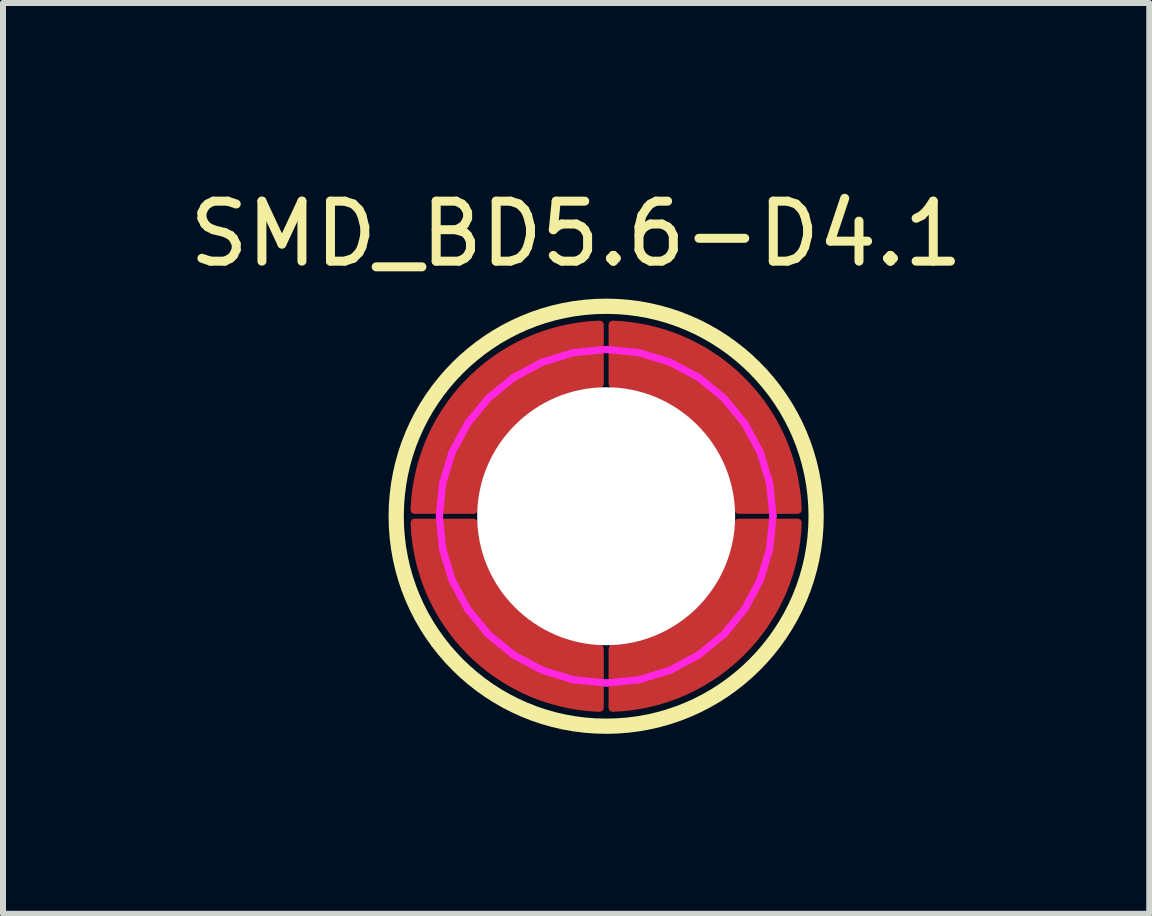
<source format=kicad_pcb>
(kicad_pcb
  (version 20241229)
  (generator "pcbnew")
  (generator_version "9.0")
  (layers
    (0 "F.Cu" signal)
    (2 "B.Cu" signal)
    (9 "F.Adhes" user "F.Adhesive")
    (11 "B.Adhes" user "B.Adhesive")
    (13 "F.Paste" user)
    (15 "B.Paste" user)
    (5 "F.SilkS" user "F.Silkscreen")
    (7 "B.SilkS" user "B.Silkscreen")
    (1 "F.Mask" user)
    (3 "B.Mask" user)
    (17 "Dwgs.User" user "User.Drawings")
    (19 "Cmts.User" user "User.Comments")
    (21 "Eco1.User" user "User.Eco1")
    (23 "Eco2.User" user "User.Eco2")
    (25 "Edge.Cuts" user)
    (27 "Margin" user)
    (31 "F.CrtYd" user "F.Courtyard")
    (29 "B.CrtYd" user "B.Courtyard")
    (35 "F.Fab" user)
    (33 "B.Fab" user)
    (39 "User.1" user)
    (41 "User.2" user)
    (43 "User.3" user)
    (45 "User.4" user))
  (footprint "SMD_BD5.6-D4.1"
    (layer "F.Cu")
    (at 7.054 5.555)
    (property "Reference" "SMD_BD5.6-D4.1" (at -0.5 -4.707 0) (layer "F.SilkS") (effects (font (size 1 1) (thickness 0.15))))
    (attr through_hole)
    (fp_circle (center 0 0) (end 3.5 0) (stroke (width 0.254) (type solid)) (fill no) (layer "F.SilkS"))
    (fp_circle (center 0 0) (end 1.025 0) (stroke (width 2.05) (type solid)) (fill no) (layer "Dwgs.User"))
    (fp_circle (center 3.19 -3.19) (end 3.22 -3.19) (stroke (width 0.06) (type solid)) (fill no) (layer "Eco2.User"))
    (fp_poly (pts (xy -3.19 -0.15) (xy -3.18 -0.3) (xy -3.15 -0.53) (xy -3.12 -0.68) (xy -3.03 -1) (xy -2.87 -1.41) (xy -2.65 -1.8) (xy -2.37 -2.14) (xy -2.01 -2.5) (xy -1.59 -2.77) (xy -1.37 -2.88) (xy -1.09 -3) (xy -0.54 -3.15) (xy -0.15 -3.19) (xy -0.15 -2.39) (xy -0.48 -2.34) (xy -0.96 -2.21) (xy -1.18 -2.07) (xy -1.52 -1.85) (xy -1.86 -1.53) (xy -2.12 -1.11) (xy -2.24 -0.85) (xy -2.36 -0.45) (xy -2.39 -0.15)) (stroke (width 0.12) (type solid)) (fill no) (layer "Eco2.User"))
    (fp_poly (pts (xy -0.15 3.19) (xy -0.3 3.18) (xy -0.53 3.15) (xy -0.68 3.12) (xy -1 3.03) (xy -1.41 2.87) (xy -1.8 2.65) (xy -2.14 2.37) (xy -2.5 2.01) (xy -2.77 1.59) (xy -2.88 1.37) (xy -3 1.09) (xy -3.15 0.54) (xy -3.19 0.15) (xy -2.39 0.15) (xy -2.34 0.48) (xy -2.21 0.96) (xy -2.07 1.18) (xy -1.85 1.52) (xy -1.53 1.86) (xy -1.11 2.12) (xy -0.85 2.24) (xy -0.45 2.36) (xy -0.15 2.39)) (stroke (width 0.12) (type solid)) (fill no) (layer "Eco2.User"))
    (fp_poly (pts (xy 0.15 -3.19) (xy 0.3 -3.18) (xy 0.53 -3.15) (xy 0.68 -3.12) (xy 1 -3.03) (xy 1.41 -2.87) (xy 1.8 -2.65) (xy 2.14 -2.37) (xy 2.5 -2.01) (xy 2.77 -1.59) (xy 2.88 -1.37) (xy 3 -1.09) (xy 3.15 -0.54) (xy 3.19 -0.15) (xy 2.39 -0.15) (xy 2.34 -0.48) (xy 2.21 -0.96) (xy 2.07 -1.18) (xy 1.85 -1.52) (xy 1.53 -1.86) (xy 1.11 -2.12) (xy 0.85 -2.24) (xy 0.45 -2.36) (xy 0.15 -2.39)) (stroke (width 0.12) (type solid)) (fill no) (layer "Eco2.User"))
    (fp_poly (pts (xy 3.19 0.15) (xy 3.18 0.3) (xy 3.15 0.53) (xy 3.12 0.68) (xy 3.03 1) (xy 2.87 1.41) (xy 2.65 1.8) (xy 2.37 2.14) (xy 2.01 2.5) (xy 1.59 2.77) (xy 1.37 2.88) (xy 1.09 3) (xy 0.54 3.15) (xy 0.15 3.19) (xy 0.15 2.39) (xy 0.48 2.34) (xy 0.96 2.21) (xy 1.18 2.07) (xy 1.52 1.85) (xy 1.86 1.53) (xy 2.12 1.11) (xy 2.24 0.85) (xy 2.36 0.45) (xy 2.39 0.15)) (stroke (width 0.12) (type solid)) (fill no) (layer "Eco2.User"))
    (fp_line (start -2.78 0) (end -2.727 -0.542) (stroke (width 0.12) (type solid)) (layer "F.CrtYd"))
    (fp_line (start -2.727 -0.542) (end -2.568 -1.064) (stroke (width 0.12) (type solid)) (layer "F.CrtYd"))
    (fp_line (start -2.727 0.542) (end -2.78 0) (stroke (width 0.12) (type solid)) (layer "F.CrtYd"))
    (fp_line (start -2.568 -1.064) (end -2.311 -1.544) (stroke (width 0.12) (type solid)) (layer "F.CrtYd"))
    (fp_line (start -2.568 1.064) (end -2.727 0.542) (stroke (width 0.12) (type solid)) (layer "F.CrtYd"))
    (fp_line (start -2.311 -1.544) (end -1.966 -1.966) (stroke (width 0.12) (type solid)) (layer "F.CrtYd"))
    (fp_line (start -2.311 1.544) (end -2.568 1.064) (stroke (width 0.12) (type solid)) (layer "F.CrtYd"))
    (fp_line (start -1.966 -1.966) (end -1.544 -2.311) (stroke (width 0.12) (type solid)) (layer "F.CrtYd"))
    (fp_line (start -1.966 1.966) (end -2.311 1.544) (stroke (width 0.12) (type solid)) (layer "F.CrtYd"))
    (fp_line (start -1.544 -2.311) (end -1.064 -2.568) (stroke (width 0.12) (type solid)) (layer "F.CrtYd"))
    (fp_line (start -1.544 2.311) (end -1.966 1.966) (stroke (width 0.12) (type solid)) (layer "F.CrtYd"))
    (fp_line (start -1.064 -2.568) (end -0.542 -2.727) (stroke (width 0.12) (type solid)) (layer "F.CrtYd"))
    (fp_line (start -1.064 2.568) (end -1.544 2.311) (stroke (width 0.12) (type solid)) (layer "F.CrtYd"))
    (fp_line (start -0.542 -2.727) (end 0 -2.78) (stroke (width 0.12) (type solid)) (layer "F.CrtYd"))
    (fp_line (start -0.542 2.727) (end -1.064 2.568) (stroke (width 0.12) (type solid)) (layer "F.CrtYd"))
    (fp_line (start 0 -2.78) (end 0.542 -2.727) (stroke (width 0.12) (type solid)) (layer "F.CrtYd"))
    (fp_line (start 0 2.78) (end -0.542 2.727) (stroke (width 0.12) (type solid)) (layer "F.CrtYd"))
    (fp_line (start 0.542 -2.727) (end 1.064 -2.568) (stroke (width 0.12) (type solid)) (layer "F.CrtYd"))
    (fp_line (start 0.542 2.727) (end 0 2.78) (stroke (width 0.12) (type solid)) (layer "F.CrtYd"))
    (fp_line (start 1.064 -2.568) (end 1.544 -2.311) (stroke (width 0.12) (type solid)) (layer "F.CrtYd"))
    (fp_line (start 1.064 2.568) (end 0.542 2.727) (stroke (width 0.12) (type solid)) (layer "F.CrtYd"))
    (fp_line (start 1.544 -2.311) (end 1.966 -1.966) (stroke (width 0.12) (type solid)) (layer "F.CrtYd"))
    (fp_line (start 1.544 2.311) (end 1.064 2.568) (stroke (width 0.12) (type solid)) (layer "F.CrtYd"))
    (fp_line (start 1.966 -1.966) (end 2.311 -1.544) (stroke (width 0.12) (type solid)) (layer "F.CrtYd"))
    (fp_line (start 1.966 1.966) (end 1.544 2.311) (stroke (width 0.12) (type solid)) (layer "F.CrtYd"))
    (fp_line (start 2.311 -1.544) (end 2.568 -1.064) (stroke (width 0.12) (type solid)) (layer "F.CrtYd"))
    (fp_line (start 2.311 1.544) (end 1.966 1.966) (stroke (width 0.12) (type solid)) (layer "F.CrtYd"))
    (fp_line (start 2.568 -1.064) (end 2.727 -0.542) (stroke (width 0.12) (type solid)) (layer "F.CrtYd"))
    (fp_line (start 2.568 1.064) (end 2.311 1.544) (stroke (width 0.12) (type solid)) (layer "F.CrtYd"))
    (fp_line (start 2.727 -0.542) (end 2.78 0) (stroke (width 0.12) (type solid)) (layer "F.CrtYd"))
    (fp_line (start 2.727 0.542) (end 2.568 1.064) (stroke (width 0.12) (type solid)) (layer "F.CrtYd"))
    (fp_line (start 2.78 0) (end 2.727 0.542) (stroke (width 0.12) (type solid)) (layer "F.CrtYd"))
    (fp_line (start 2.78 0) (end 2.78 0) (stroke (width 0.12) (type solid)) (layer "F.CrtYd"))
    (pad "" np_thru_hole circle (at 0 0) (size 4.3 4.3) (drill 4.3) (layers "*.Cu" "*.Mask"))
    (pad "1" smd custom (at -2.102 -1.65 90) (size 0.102 0.102) (layers "F.Cu" "F.Mask" "F.Paste") (options (anchor circle)) (primitives (gr_poly (pts (xy 1.55 2.002) (xy 0.55 2.002) (xy 0.546 1.934) (xy 0.54 1.866) (xy 0.532 1.799) (xy 0.521 1.732) (xy 0.509 1.665) (xy 0.494 1.599) (xy 0.478 1.533) (xy 0.459 1.468) (xy 0.439 1.403) (xy 0.416 1.339) (xy 0.392 1.275) (xy 0.366 1.213) (xy 0.337 1.151) (xy 0.307 1.09) (xy 0.275 1.03) (xy 0.241 0.972) (xy 0.205 0.914) (xy 0.168 0.857) (xy 0.128 0.802) (xy 0.088 0.747) (xy 0.045 0.695) (xy 0.001 0.643) (xy -0.045 0.593) (xy -0.092 0.544) (xy -0.141 0.497) (xy -0.191 0.451) (xy -0.243 0.407) (xy -0.296 0.364) (xy -0.35 0.323) (xy -0.405 0.284) (xy -0.462 0.247) (xy -0.52 0.211) (xy -0.579 0.177) (xy -0.638 0.145) (xy -0.699 0.115) (xy -0.761 0.086) (xy -0.823 0.06) (xy -0.887 0.035) (xy -0.951 0.013) (xy -1.016 -0.008) (xy -1.081 -0.026) (xy -1.147 -0.043) (xy -1.213 -0.057) (xy -1.28 -0.069) (xy -1.347 -0.08) (xy -1.415 -0.088) (xy -1.482 -0.094) (xy -1.55 -0.098) (xy -1.55 -1.098) (xy -1.468 -1.095) (xy -1.387 -1.089) (xy -1.305 -1.081) (xy -1.224 -1.071) (xy -1.143 -1.059) (xy -1.062 -1.045) (xy -0.982 -1.029) (xy -0.902 -1.011) (xy -0.823 -0.991) (xy -0.744 -0.969) (xy -0.666 -0.945) (xy -0.588 -0.919) (xy -0.511 -0.891) (xy -0.435 -0.861) (xy -0.36 -0.829) (xy -0.285 -0.795) (xy -0.212 -0.759) (xy -0.139 -0.721) (xy -0.067 -0.682) (xy 0.003 -0.64) (xy 0.073 -0.597) (xy 0.141 -0.552) (xy 0.209 -0.506) (xy 0.275 -0.457) (xy 0.339 -0.407) (xy 0.403 -0.356) (xy 0.465 -0.302) (xy 0.526 -0.248) (xy 0.585 -0.191) (xy 0.643 -0.133) (xy 0.699 -0.074) (xy 0.754 -0.013) (xy 0.808 0.049) (xy 0.859 0.112) (xy 0.909 0.177) (xy 0.958 0.243) (xy 1.004 0.311) (xy 1.049 0.379) (xy 1.092 0.449) (xy 1.134 0.519) (xy 1.173 0.591) (xy 1.211 0.664) (xy 1.247 0.737) (xy 1.281 0.812) (xy 1.313 0.887) (xy 1.343 0.963) (xy 1.371 1.04) (xy 1.397 1.118) (xy 1.421 1.196) (xy 1.443 1.275) (xy 1.463 1.354) (xy 1.481 1.434) (xy 1.497 1.514) (xy 1.511 1.595) (xy 1.523 1.676) (xy 1.533 1.757) (xy 1.541 1.838) (xy 1.546 1.92) (xy 1.55 2.002)) (width 0.12) (fill yes))))
    (pad "1" smd custom (at -1.65 2.102 180) (size 0.102 0.102) (layers "F.Cu" "F.Mask" "F.Paste") (options (anchor circle)) (primitives (gr_poly (pts (xy 1.55 2.002) (xy 0.55 2.002) (xy 0.546 1.934) (xy 0.54 1.866) (xy 0.532 1.799) (xy 0.521 1.732) (xy 0.509 1.665) (xy 0.494 1.599) (xy 0.478 1.533) (xy 0.459 1.468) (xy 0.439 1.403) (xy 0.416 1.339) (xy 0.392 1.275) (xy 0.366 1.213) (xy 0.337 1.151) (xy 0.307 1.09) (xy 0.275 1.03) (xy 0.241 0.972) (xy 0.205 0.914) (xy 0.168 0.857) (xy 0.128 0.802) (xy 0.088 0.747) (xy 0.045 0.695) (xy 0.001 0.643) (xy -0.045 0.593) (xy -0.092 0.544) (xy -0.141 0.497) (xy -0.191 0.451) (xy -0.243 0.407) (xy -0.296 0.364) (xy -0.35 0.323) (xy -0.405 0.284) (xy -0.462 0.247) (xy -0.52 0.211) (xy -0.579 0.177) (xy -0.638 0.145) (xy -0.699 0.115) (xy -0.761 0.086) (xy -0.823 0.06) (xy -0.887 0.035) (xy -0.951 0.013) (xy -1.016 -0.008) (xy -1.081 -0.026) (xy -1.147 -0.043) (xy -1.213 -0.057) (xy -1.28 -0.069) (xy -1.347 -0.08) (xy -1.415 -0.088) (xy -1.482 -0.094) (xy -1.55 -0.098) (xy -1.55 -1.098) (xy -1.468 -1.095) (xy -1.387 -1.089) (xy -1.305 -1.081) (xy -1.224 -1.071) (xy -1.143 -1.059) (xy -1.062 -1.045) (xy -0.982 -1.029) (xy -0.902 -1.011) (xy -0.823 -0.991) (xy -0.744 -0.969) (xy -0.666 -0.945) (xy -0.588 -0.919) (xy -0.511 -0.891) (xy -0.435 -0.861) (xy -0.36 -0.829) (xy -0.285 -0.795) (xy -0.212 -0.759) (xy -0.139 -0.721) (xy -0.067 -0.682) (xy 0.003 -0.64) (xy 0.073 -0.597) (xy 0.141 -0.552) (xy 0.209 -0.506) (xy 0.275 -0.457) (xy 0.339 -0.407) (xy 0.403 -0.356) (xy 0.465 -0.302) (xy 0.526 -0.248) (xy 0.585 -0.191) (xy 0.643 -0.133) (xy 0.699 -0.074) (xy 0.754 -0.013) (xy 0.808 0.049) (xy 0.859 0.112) (xy 0.909 0.177) (xy 0.958 0.243) (xy 1.004 0.311) (xy 1.049 0.379) (xy 1.092 0.449) (xy 1.134 0.519) (xy 1.173 0.591) (xy 1.211 0.664) (xy 1.247 0.737) (xy 1.281 0.812) (xy 1.313 0.887) (xy 1.343 0.963) (xy 1.371 1.04) (xy 1.397 1.118) (xy 1.421 1.196) (xy 1.443 1.275) (xy 1.463 1.354) (xy 1.481 1.434) (xy 1.497 1.514) (xy 1.511 1.595) (xy 1.523 1.676) (xy 1.533 1.757) (xy 1.541 1.838) (xy 1.546 1.92) (xy 1.55 2.002)) (width 0.12) (fill yes))))
    (pad "1" smd custom (at 1.65 -2.102) (size 0.102 0.102) (layers "F.Cu" "F.Mask" "F.Paste") (options (anchor circle)) (primitives (gr_poly (pts (xy 1.55 2.002) (xy 0.55 2.002) (xy 0.546 1.934) (xy 0.54 1.866) (xy 0.532 1.799) (xy 0.521 1.732) (xy 0.509 1.665) (xy 0.494 1.599) (xy 0.478 1.533) (xy 0.459 1.468) (xy 0.439 1.403) (xy 0.416 1.339) (xy 0.392 1.275) (xy 0.366 1.213) (xy 0.337 1.151) (xy 0.307 1.09) (xy 0.275 1.03) (xy 0.241 0.972) (xy 0.205 0.914) (xy 0.168 0.857) (xy 0.128 0.802) (xy 0.088 0.747) (xy 0.045 0.695) (xy 0.001 0.643) (xy -0.045 0.593) (xy -0.092 0.544) (xy -0.141 0.497) (xy -0.191 0.451) (xy -0.243 0.407) (xy -0.296 0.364) (xy -0.35 0.323) (xy -0.405 0.284) (xy -0.462 0.247) (xy -0.52 0.211) (xy -0.579 0.177) (xy -0.638 0.145) (xy -0.699 0.115) (xy -0.761 0.086) (xy -0.823 0.06) (xy -0.887 0.035) (xy -0.951 0.013) (xy -1.016 -0.008) (xy -1.081 -0.026) (xy -1.147 -0.043) (xy -1.213 -0.057) (xy -1.28 -0.069) (xy -1.347 -0.08) (xy -1.415 -0.088) (xy -1.482 -0.094) (xy -1.55 -0.098) (xy -1.55 -1.098) (xy -1.468 -1.095) (xy -1.387 -1.089) (xy -1.305 -1.081) (xy -1.224 -1.071) (xy -1.143 -1.059) (xy -1.062 -1.045) (xy -0.982 -1.029) (xy -0.902 -1.011) (xy -0.823 -0.991) (xy -0.744 -0.969) (xy -0.666 -0.945) (xy -0.588 -0.919) (xy -0.511 -0.891) (xy -0.435 -0.861) (xy -0.36 -0.829) (xy -0.285 -0.795) (xy -0.212 -0.759) (xy -0.139 -0.721) (xy -0.067 -0.682) (xy 0.003 -0.64) (xy 0.073 -0.597) (xy 0.141 -0.552) (xy 0.209 -0.506) (xy 0.275 -0.457) (xy 0.339 -0.407) (xy 0.403 -0.356) (xy 0.465 -0.302) (xy 0.526 -0.248) (xy 0.585 -0.191) (xy 0.643 -0.133) (xy 0.699 -0.074) (xy 0.754 -0.013) (xy 0.808 0.049) (xy 0.859 0.112) (xy 0.909 0.177) (xy 0.958 0.243) (xy 1.004 0.311) (xy 1.049 0.379) (xy 1.092 0.449) (xy 1.134 0.519) (xy 1.173 0.591) (xy 1.211 0.664) (xy 1.247 0.737) (xy 1.281 0.812) (xy 1.313 0.887) (xy 1.343 0.963) (xy 1.371 1.04) (xy 1.397 1.118) (xy 1.421 1.196) (xy 1.443 1.275) (xy 1.463 1.354) (xy 1.481 1.434) (xy 1.497 1.514) (xy 1.511 1.595) (xy 1.523 1.676) (xy 1.533 1.757) (xy 1.541 1.838) (xy 1.546 1.92) (xy 1.55 2.002)) (width 0.12) (fill yes))))
    (pad "1" smd custom (at 2.102 1.65 270) (size 0.102 0.102) (layers "F.Cu" "F.Mask" "F.Paste") (options (anchor circle)) (primitives (gr_poly (pts (xy 1.55 2.002) (xy 0.55 2.002) (xy 0.546 1.934) (xy 0.54 1.866) (xy 0.532 1.799) (xy 0.521 1.732) (xy 0.509 1.665) (xy 0.494 1.599) (xy 0.478 1.533) (xy 0.459 1.468) (xy 0.439 1.403) (xy 0.416 1.339) (xy 0.392 1.275) (xy 0.366 1.213) (xy 0.337 1.151) (xy 0.307 1.09) (xy 0.275 1.03) (xy 0.241 0.972) (xy 0.205 0.914) (xy 0.168 0.857) (xy 0.128 0.802) (xy 0.088 0.747) (xy 0.045 0.695) (xy 0.001 0.643) (xy -0.045 0.593) (xy -0.092 0.544) (xy -0.141 0.497) (xy -0.191 0.451) (xy -0.243 0.407) (xy -0.296 0.364) (xy -0.35 0.323) (xy -0.405 0.284) (xy -0.462 0.247) (xy -0.52 0.211) (xy -0.579 0.177) (xy -0.638 0.145) (xy -0.699 0.115) (xy -0.761 0.086) (xy -0.823 0.06) (xy -0.887 0.035) (xy -0.951 0.013) (xy -1.016 -0.008) (xy -1.081 -0.026) (xy -1.147 -0.043) (xy -1.213 -0.057) (xy -1.28 -0.069) (xy -1.347 -0.08) (xy -1.415 -0.088) (xy -1.482 -0.094) (xy -1.55 -0.098) (xy -1.55 -1.098) (xy -1.468 -1.095) (xy -1.387 -1.089) (xy -1.305 -1.081) (xy -1.224 -1.071) (xy -1.143 -1.059) (xy -1.062 -1.045) (xy -0.982 -1.029) (xy -0.902 -1.011) (xy -0.823 -0.991) (xy -0.744 -0.969) (xy -0.666 -0.945) (xy -0.588 -0.919) (xy -0.511 -0.891) (xy -0.435 -0.861) (xy -0.36 -0.829) (xy -0.285 -0.795) (xy -0.212 -0.759) (xy -0.139 -0.721) (xy -0.067 -0.682) (xy 0.003 -0.64) (xy 0.073 -0.597) (xy 0.141 -0.552) (xy 0.209 -0.506) (xy 0.275 -0.457) (xy 0.339 -0.407) (xy 0.403 -0.356) (xy 0.465 -0.302) (xy 0.526 -0.248) (xy 0.585 -0.191) (xy 0.643 -0.133) (xy 0.699 -0.074) (xy 0.754 -0.013) (xy 0.808 0.049) (xy 0.859 0.112) (xy 0.909 0.177) (xy 0.958 0.243) (xy 1.004 0.311) (xy 1.049 0.379) (xy 1.092 0.449) (xy 1.134 0.519) (xy 1.173 0.591) (xy 1.211 0.664) (xy 1.247 0.737) (xy 1.281 0.812) (xy 1.313 0.887) (xy 1.343 0.963) (xy 1.371 1.04) (xy 1.397 1.118) (xy 1.421 1.196) (xy 1.443 1.275) (xy 1.463 1.354) (xy 1.481 1.434) (xy 1.497 1.514) (xy 1.511 1.595) (xy 1.523 1.676) (xy 1.533 1.757) (xy 1.541 1.838) (xy 1.546 1.92) (xy 1.55 2.002)) (width 0.12) (fill yes)))))
  (gr_rect
    (start -3 -3)
    (end 16.107 12.182)
    (stroke (width 0.1) (type default))
    (fill no)
    (layer "Edge.Cuts")))
</source>
